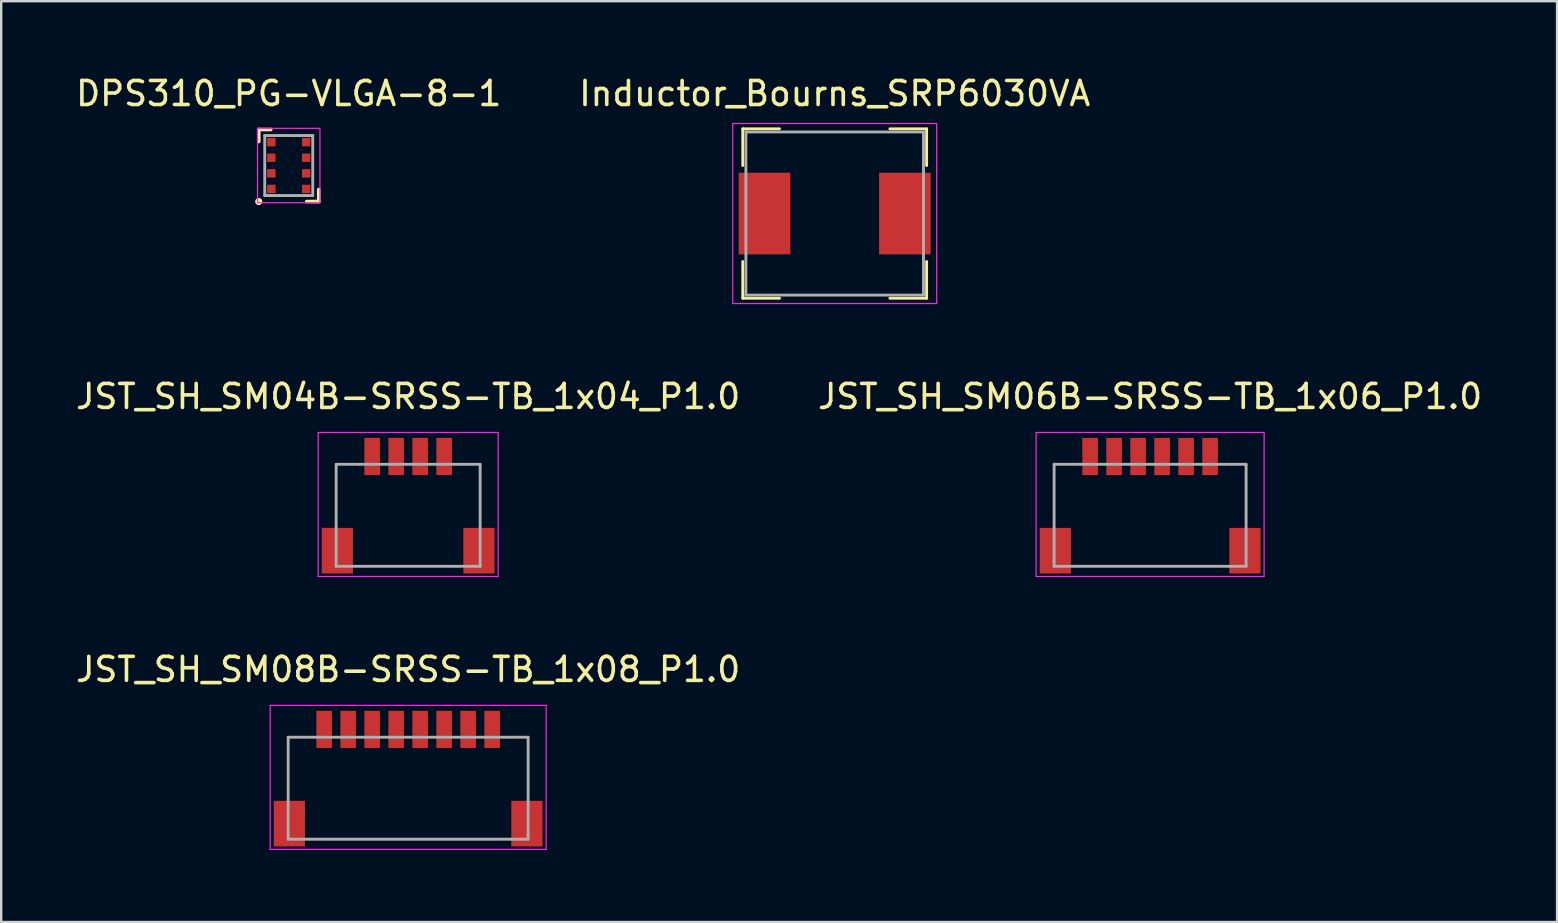
<source format=kicad_pcb>
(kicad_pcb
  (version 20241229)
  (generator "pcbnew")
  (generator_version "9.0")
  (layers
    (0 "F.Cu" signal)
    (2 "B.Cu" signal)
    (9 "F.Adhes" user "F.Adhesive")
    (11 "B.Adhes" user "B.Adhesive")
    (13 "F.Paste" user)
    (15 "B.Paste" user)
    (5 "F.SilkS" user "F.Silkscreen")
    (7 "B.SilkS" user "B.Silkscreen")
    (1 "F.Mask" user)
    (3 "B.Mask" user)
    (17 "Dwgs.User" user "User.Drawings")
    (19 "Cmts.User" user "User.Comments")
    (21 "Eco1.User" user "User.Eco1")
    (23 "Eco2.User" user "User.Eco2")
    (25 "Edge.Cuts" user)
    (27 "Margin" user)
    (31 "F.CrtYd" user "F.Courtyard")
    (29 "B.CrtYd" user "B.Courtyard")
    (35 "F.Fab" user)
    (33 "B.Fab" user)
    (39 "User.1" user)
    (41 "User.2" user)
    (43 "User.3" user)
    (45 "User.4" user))
  (footprint "JST_SH_SM04B-SRSS-TB_1x04_P1.0"
    (layer "F.Cu")
    (at 13.958 15.972)
    (property "Reference" "JST_SH_SM04B-SRSS-TB_1x04_P1.0" (at 0 -2.5 0) (layer "F.SilkS") (effects (font (size 1 1) (thickness 0.15))))
    (attr through_hole)
    (fp_line (start -3.75 -1) (end -3.75 5) (stroke (width 0.05) (type solid)) (layer "F.CrtYd"))
    (fp_line (start -3.75 5) (end 3.75 5) (stroke (width 0.05) (type solid)) (layer "F.CrtYd"))
    (fp_line (start 3.75 -1) (end -3.75 -1) (stroke (width 0.05) (type solid)) (layer "F.CrtYd"))
    (fp_line (start 3.75 5) (end 3.75 -1) (stroke (width 0.05) (type solid)) (layer "F.CrtYd"))
    (fp_line (start -3 0.325) (end 3 0.325) (stroke (width 0.12) (type solid)) (layer "F.Fab"))
    (fp_line (start -3 4.575) (end -3 0.325) (stroke (width 0.12) (type solid)) (layer "F.Fab"))
    (fp_line (start 3 4.575) (end -3 4.575) (stroke (width 0.12) (type solid)) (layer "F.Fab"))
    (fp_line (start 3 4.575) (end 3 0.325) (stroke (width 0.12) (type solid)) (layer "F.Fab"))
    (pad "" smd rect (at -2.95 3.925) (size 1.3 1.9) (layers "F.Cu" "F.Mask" "F.Paste"))
    (pad "" smd rect (at 2.95 3.925) (size 1.3 1.9) (layers "F.Cu" "F.Mask" "F.Paste"))
    (pad "1" smd rect (at -1.5 0) (size 0.65 1.55) (layers "F.Cu" "F.Mask" "F.Paste"))
    (pad "2" smd rect (at -0.5 0) (size 0.65 1.55) (layers "F.Cu" "F.Mask" "F.Paste"))
    (pad "3" smd rect (at 0.5 0) (size 0.65 1.55) (layers "F.Cu" "F.Mask" "F.Paste"))
    (pad "4" smd rect (at 1.5 0) (size 0.65 1.55) (layers "F.Cu" "F.Mask" "F.Paste")))
  (footprint "JST_SH_SM06B-SRSS-TB_1x06_P1.0"
    (layer "F.Cu")
    (at 44.875 15.972)
    (property "Reference" "JST_SH_SM06B-SRSS-TB_1x06_P1.0" (at 0 -2.5 0) (layer "F.SilkS") (effects (font (size 1 1) (thickness 0.15))))
    (attr smd)
    (fp_line (start -4.75 -1) (end -4.75 5) (stroke (width 0.05) (type solid)) (layer "F.CrtYd"))
    (fp_line (start -4.75 5) (end 4.75 5) (stroke (width 0.05) (type solid)) (layer "F.CrtYd"))
    (fp_line (start 4.75 -1) (end -4.75 -1) (stroke (width 0.05) (type solid)) (layer "F.CrtYd"))
    (fp_line (start 4.75 5) (end 4.75 -1) (stroke (width 0.05) (type solid)) (layer "F.CrtYd"))
    (fp_line (start -4 0.325) (end 4 0.325) (stroke (width 0.12) (type solid)) (layer "F.Fab"))
    (fp_line (start -4 4.575) (end -4 0.325) (stroke (width 0.12) (type solid)) (layer "F.Fab"))
    (fp_line (start 4 4.575) (end -4 4.575) (stroke (width 0.12) (type solid)) (layer "F.Fab"))
    (fp_line (start 4 4.575) (end 4 0.325) (stroke (width 0.12) (type solid)) (layer "F.Fab"))
    (pad "" smd rect (at -3.95 3.925) (size 1.3 1.9) (layers "F.Cu" "F.Mask" "F.Paste"))
    (pad "" smd rect (at 3.95 3.925) (size 1.3 1.9) (layers "F.Cu" "F.Mask" "F.Paste"))
    (pad "1" smd rect (at -2.5 0) (size 0.65 1.55) (layers "F.Cu" "F.Mask" "F.Paste"))
    (pad "2" smd rect (at -1.5 0) (size 0.65 1.55) (layers "F.Cu" "F.Mask" "F.Paste"))
    (pad "3" smd rect (at -0.5 0) (size 0.65 1.55) (layers "F.Cu" "F.Mask" "F.Paste"))
    (pad "4" smd rect (at 0.5 0) (size 0.65 1.55) (layers "F.Cu" "F.Mask" "F.Paste"))
    (pad "5" smd rect (at 1.5 0) (size 0.65 1.55) (layers "F.Cu" "F.Mask" "F.Paste"))
    (pad "6" smd rect (at 2.5 0) (size 0.65 1.55) (layers "F.Cu" "F.Mask" "F.Paste")))
  (footprint "DPS310_PG-VLGA-8-1"
    (layer "F.Cu")
    (at 8.982 3.848)
    (property "Reference" "DPS310_PG-VLGA-8-1" (at 0 -3 0) (layer "F.SilkS") (effects (font (size 1 1) (thickness 0.15))))
    (attr through_hole)
    (fp_line (start -1.25 -1.5) (end -1.25 -1) (stroke (width 0.15) (type solid)) (layer "F.SilkS"))
    (fp_line (start -1.25 -1.5) (end -0.75 -1.5) (stroke (width 0.15) (type solid)) (layer "F.SilkS"))
    (fp_line (start 1.25 1.5) (end 0.75 1.5) (stroke (width 0.15) (type solid)) (layer "F.SilkS"))
    (fp_line (start 1.25 1.5) (end 1.25 1) (stroke (width 0.15) (type solid)) (layer "F.SilkS"))
    (fp_circle (center -1.25 1.5) (end -1.25 1.5) (stroke (width 0.15) (type solid)) (fill no) (layer "F.SilkS"))
    (fp_line (start -1.3 -1.55) (end -1.3 1.55) (stroke (width 0.05) (type solid)) (layer "F.CrtYd"))
    (fp_line (start -1.3 1.55) (end 1.3 1.55) (stroke (width 0.05) (type solid)) (layer "F.CrtYd"))
    (fp_line (start 1.3 -1.55) (end -1.3 -1.55) (stroke (width 0.05) (type solid)) (layer "F.CrtYd"))
    (fp_line (start 1.3 1.55) (end 1.3 -1.55) (stroke (width 0.05) (type solid)) (layer "F.CrtYd"))
    (fp_line (start -1 -1.25) (end 1 -1.25) (stroke (width 0.12) (type solid)) (layer "F.Fab"))
    (fp_line (start -1 1.25) (end -1 -1.25) (stroke (width 0.12) (type solid)) (layer "F.Fab"))
    (fp_line (start 1 -1.25) (end 1 1.25) (stroke (width 0.12) (type solid)) (layer "F.Fab"))
    (fp_line (start 1 1.25) (end -1 1.25) (stroke (width 0.12) (type solid)) (layer "F.Fab"))
    (pad "1" smd rect (at -0.725 0.975 90) (size 0.35 0.35) (layers "F.Cu" "F.Mask" "F.Paste"))
    (pad "2" smd rect (at -0.725 0.325 90) (size 0.35 0.35) (layers "F.Cu" "F.Mask" "F.Paste"))
    (pad "3" smd rect (at -0.725 -0.325 90) (size 0.35 0.35) (layers "F.Cu" "F.Mask" "F.Paste"))
    (pad "4" smd rect (at -0.725 -0.975 90) (size 0.35 0.35) (layers "F.Cu" "F.Mask" "F.Paste"))
    (pad "5" smd rect (at 0.725 -0.975 90) (size 0.35 0.35) (layers "F.Cu" "F.Mask" "F.Paste"))
    (pad "6" smd rect (at 0.725 -0.325 90) (size 0.35 0.35) (layers "F.Cu" "F.Mask" "F.Paste"))
    (pad "7" smd rect (at 0.725 0.325 90) (size 0.35 0.35) (layers "F.Cu" "F.Mask" "F.Paste"))
    (pad "8" smd rect (at 0.725 0.975 90) (size 0.35 0.35) (layers "F.Cu" "F.Mask" "F.Paste")))
  (footprint "JST_SH_SM08B-SRSS-TB_1x08_P1.0"
    (layer "F.Cu")
    (at 13.958 27.345)
    (property "Reference" "JST_SH_SM08B-SRSS-TB_1x08_P1.0" (at 0 -2.5 0) (layer "F.SilkS") (effects (font (size 1 1) (thickness 0.15))))
    (attr smd)
    (fp_line (start -5.75 -1) (end -5.75 5) (stroke (width 0.05) (type solid)) (layer "F.CrtYd"))
    (fp_line (start -5.75 5) (end 5.75 5) (stroke (width 0.05) (type solid)) (layer "F.CrtYd"))
    (fp_line (start 5.75 -1) (end -5.75 -1) (stroke (width 0.05) (type solid)) (layer "F.CrtYd"))
    (fp_line (start 5.75 5) (end 5.75 -1) (stroke (width 0.05) (type solid)) (layer "F.CrtYd"))
    (fp_line (start -5 0.325) (end -5 4.575) (stroke (width 0.12) (type solid)) (layer "F.Fab"))
    (fp_line (start -5 0.325) (end 5 0.325) (stroke (width 0.12) (type solid)) (layer "F.Fab"))
    (fp_line (start -5 4.575) (end 5 4.575) (stroke (width 0.12) (type solid)) (layer "F.Fab"))
    (fp_line (start 5 0.325) (end 5 4.575) (stroke (width 0.12) (type solid)) (layer "F.Fab"))
    (pad "" smd rect (at -4.95 3.925) (size 1.3 1.9) (layers "F.Cu" "F.Mask" "F.Paste"))
    (pad "" smd rect (at 4.95 3.925) (size 1.3 1.9) (layers "F.Cu" "F.Mask" "F.Paste"))
    (pad "1" smd rect (at -3.5 0) (size 0.65 1.55) (layers "F.Cu" "F.Mask" "F.Paste"))
    (pad "2" smd rect (at -2.5 0) (size 0.65 1.55) (layers "F.Cu" "F.Mask" "F.Paste"))
    (pad "3" smd rect (at -1.5 0) (size 0.65 1.55) (layers "F.Cu" "F.Mask" "F.Paste"))
    (pad "4" smd rect (at -0.5 0) (size 0.65 1.55) (layers "F.Cu" "F.Mask" "F.Paste"))
    (pad "5" smd rect (at 0.5 0) (size 0.65 1.55) (layers "F.Cu" "F.Mask" "F.Paste"))
    (pad "6" smd rect (at 1.5 0) (size 0.65 1.55) (layers "F.Cu" "F.Mask" "F.Paste"))
    (pad "7" smd rect (at 2.5 0) (size 0.65 1.55) (layers "F.Cu" "F.Mask" "F.Paste"))
    (pad "8" smd rect (at 3.5 0) (size 0.65 1.55) (layers "F.Cu" "F.Mask" "F.Paste")))
  (footprint "Inductor_Bourns_SRP6030VA"
    (layer "F.Cu")
    (at 31.732 5.848)
    (property "Reference" "Inductor_Bourns_SRP6030VA" (at 0 -5 0) (layer "F.SilkS") (effects (font (size 1 1) (thickness 0.15))))
    (attr through_hole)
    (fp_line (start -3.83 -3.53) (end -3.83 -2) (stroke (width 0.12) (type solid)) (layer "F.SilkS"))
    (fp_line (start -3.83 2) (end -3.83 3.53) (stroke (width 0.12) (type solid)) (layer "F.SilkS"))
    (fp_line (start -2.3 -3.53) (end -3.83 -3.53) (stroke (width 0.12) (type solid)) (layer "F.SilkS"))
    (fp_line (start -2.3 3.53) (end -3.83 3.53) (stroke (width 0.12) (type solid)) (layer "F.SilkS"))
    (fp_line (start 2.3 -3.53) (end 3.83 -3.53) (stroke (width 0.12) (type solid)) (layer "F.SilkS"))
    (fp_line (start 2.3 3.53) (end 3.83 3.53) (stroke (width 0.12) (type solid)) (layer "F.SilkS"))
    (fp_line (start 3.83 -3.53) (end 3.83 -2) (stroke (width 0.12) (type solid)) (layer "F.SilkS"))
    (fp_line (start 3.83 2) (end 3.83 3.53) (stroke (width 0.12) (type solid)) (layer "F.SilkS"))
    (fp_line (start -4.25 -3.75) (end -4.25 3.75) (stroke (width 0.05) (type solid)) (layer "F.CrtYd"))
    (fp_line (start 4.25 -3.75) (end -4.25 -3.75) (stroke (width 0.05) (type solid)) (layer "F.CrtYd"))
    (fp_line (start 4.25 -3.75) (end 4.25 3.75) (stroke (width 0.05) (type solid)) (layer "F.CrtYd"))
    (fp_line (start 4.25 3.75) (end -4.25 3.75) (stroke (width 0.05) (type solid)) (layer "F.CrtYd"))
    (fp_line (start -3.7 -3.4) (end -3.7 3.4) (stroke (width 0.12) (type solid)) (layer "F.Fab"))
    (fp_line (start -3.7 3.4) (end 3.7 3.4) (stroke (width 0.12) (type solid)) (layer "F.Fab"))
    (fp_line (start 3.7 -3.4) (end -3.7 -3.4) (stroke (width 0.12) (type solid)) (layer "F.Fab"))
    (fp_line (start 3.7 3.4) (end 3.7 -3.4) (stroke (width 0.12) (type solid)) (layer "F.Fab"))
    (pad "1" smd rect (at -2.925 0) (size 2.15 3.4) (layers "F.Cu" "F.Mask" "F.Paste"))
    (pad "2" smd rect (at 2.925 0) (size 2.15 3.4) (layers "F.Cu" "F.Mask" "F.Paste")))
  (gr_rect
    (start -3 -3)
    (end 61.833 35.37)
    (stroke (width 0.1) (type default))
    (fill no)
    (layer "Edge.Cuts")))
</source>
